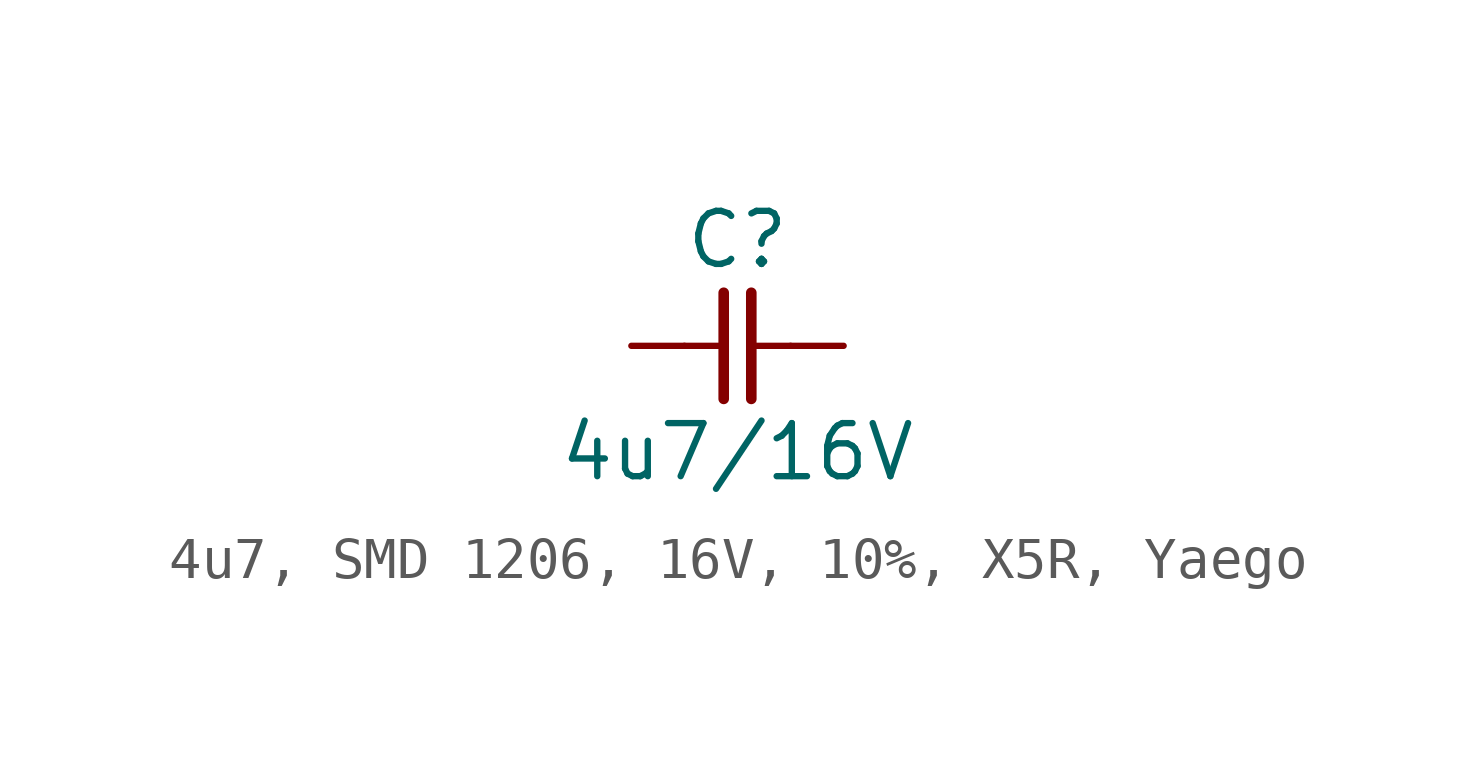
<source format=kicad_sym>
(kicad_symbol_lib
  (version 20241209)
  (generator "kicad_symbol_editor")
  (generator_version "9.0")
  (symbol "4u7, SMD 1206, 16V, 10%, X5R, Yaego"
    (pin_numbers
      (hide yes))
    (pin_names
      (offset 0)
      (hide yes))
    (property "Reference" "C"
      (at 0 2.54 0)
      (effects (font (size 1.27 1.27))))
    (property "Value" "4u7/16V"
      (at 0 -2.54 0)
      (effects (font (size 1.27 1.27))))
    (symbol "4u7, SMD 1206, 16V, 10%, X5R, Yaego_0_1"
      (polyline (pts (xy -0.33 1.27) (xy -0.33 -1.27)) (stroke (width 0.254) (type default)) (fill (type none)))
      (polyline (pts (xy -0.318 0) (xy -1.27 0)) (stroke (width 0) (type default)) (fill (type none)))
      (polyline (pts (xy 0.33 1.27) (xy 0.33 -1.27)) (stroke (width 0.254) (type default)) (fill (type none)))
      (polyline (pts (xy 1.27 0) (xy 0.318 0)) (stroke (width 0) (type default)) (fill (type none))))
    (symbol "4u7, SMD 1206, 16V, 10%, X5R, Yaego_1_1"
      (pin passive line (at -2.54 0 0) (length 1.27) (name "1" (effects (font (size 1.27 1.27)))) (number "1" (effects (font (size 1.27 1.27)))))
      (pin passive line (at 2.54 0 180) (length 1.27) (name "2" (effects (font (size 1.27 1.27)))) (number "2" (effects (font (size 1.27 1.27))))))))
</source>
